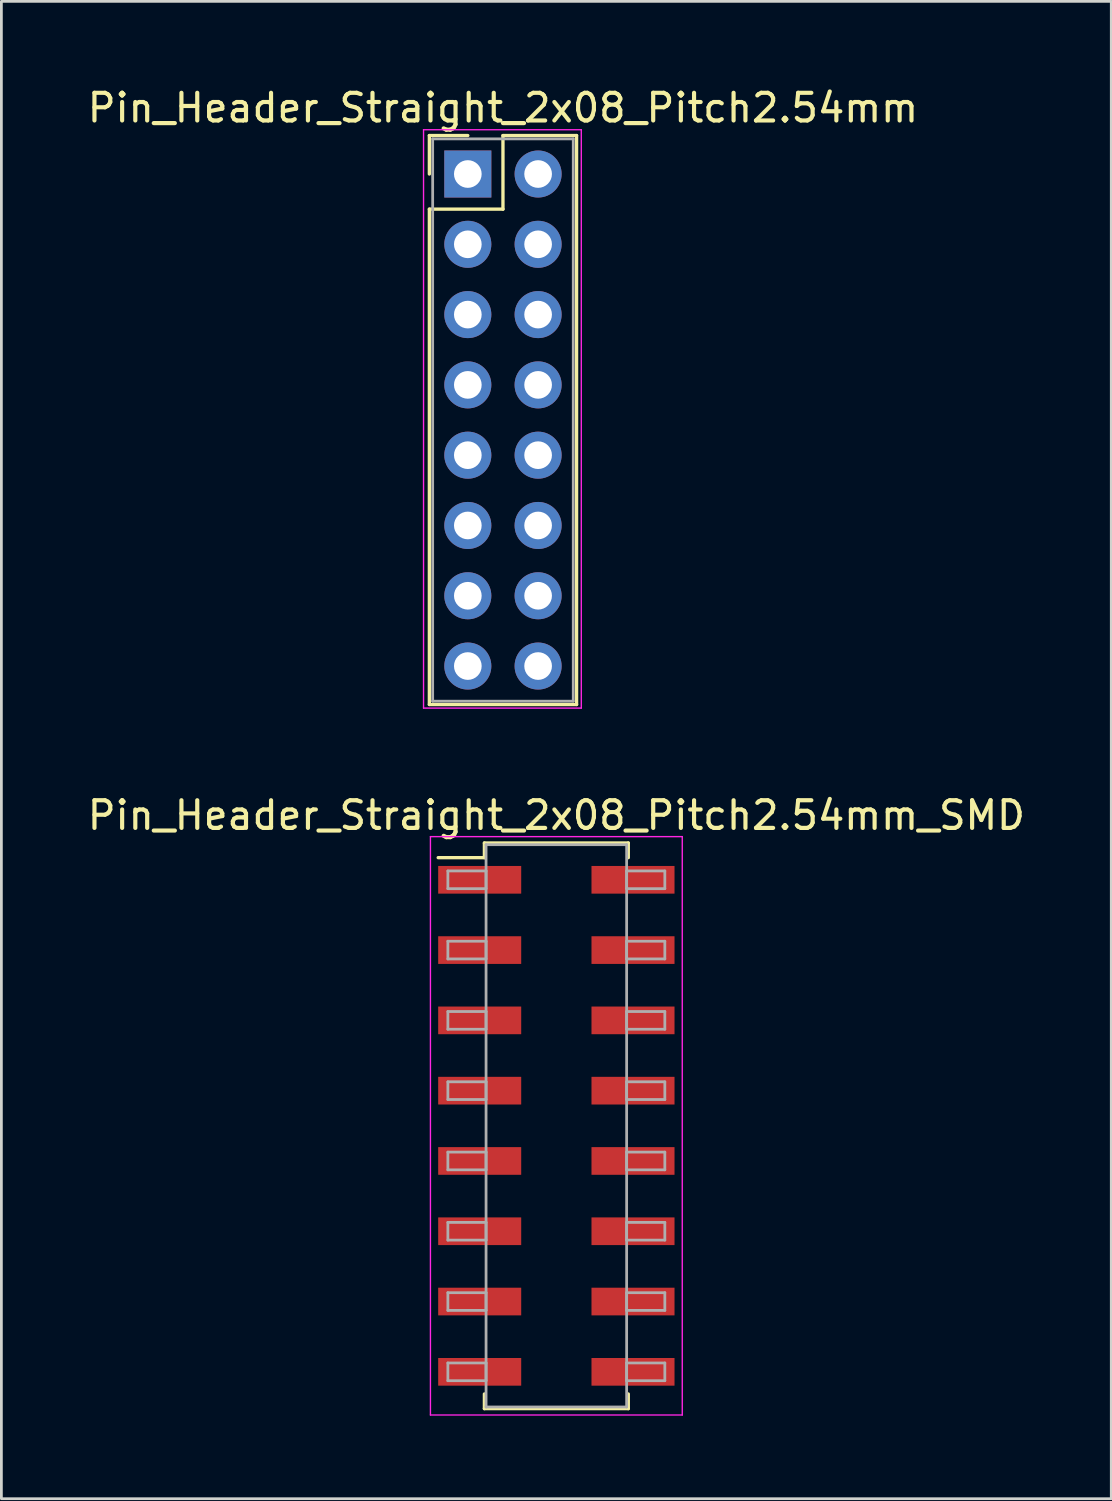
<source format=kicad_pcb>
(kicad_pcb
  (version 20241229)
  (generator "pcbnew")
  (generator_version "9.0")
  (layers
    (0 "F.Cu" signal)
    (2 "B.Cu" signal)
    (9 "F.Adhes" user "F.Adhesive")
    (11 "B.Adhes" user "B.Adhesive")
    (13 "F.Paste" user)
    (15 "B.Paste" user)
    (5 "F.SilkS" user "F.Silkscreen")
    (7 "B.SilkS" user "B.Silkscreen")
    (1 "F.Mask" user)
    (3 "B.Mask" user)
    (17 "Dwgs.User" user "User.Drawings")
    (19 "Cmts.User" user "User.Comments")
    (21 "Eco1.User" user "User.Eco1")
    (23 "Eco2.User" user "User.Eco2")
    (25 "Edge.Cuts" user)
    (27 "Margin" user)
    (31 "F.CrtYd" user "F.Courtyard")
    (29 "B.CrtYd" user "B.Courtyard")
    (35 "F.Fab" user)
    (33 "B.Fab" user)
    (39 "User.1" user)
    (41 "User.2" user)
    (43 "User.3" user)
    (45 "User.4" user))
  (footprint "Pin_Header_Straight_2x08_Pitch2.54mm_SMD"
    (layer "F.Cu")
    (at 17.054 37.632)
    (property "Reference" "Pin_Header_Straight_2x08_Pitch2.54mm_SMD" (at 0 -11.22 0) (layer "F.SilkS") (effects (font (size 1 1) (thickness 0.15))))
    (attr smd)
    (fp_line (start -4.27 -9.69) (end -2.6 -9.69) (stroke (width 0.12) (type solid)) (layer "F.SilkS"))
    (fp_line (start -2.6 -10.22) (end 2.6 -10.22) (stroke (width 0.12) (type solid)) (layer "F.SilkS"))
    (fp_line (start -2.6 -9.69) (end -2.6 -10.22) (stroke (width 0.12) (type solid)) (layer "F.SilkS"))
    (fp_line (start -2.6 9.69) (end -2.6 10.22) (stroke (width 0.12) (type solid)) (layer "F.SilkS"))
    (fp_line (start -2.6 10.22) (end 2.6 10.22) (stroke (width 0.12) (type solid)) (layer "F.SilkS"))
    (fp_line (start 2.6 -10.22) (end 2.6 -9.69) (stroke (width 0.12) (type solid)) (layer "F.SilkS"))
    (fp_line (start 2.6 10.22) (end 2.6 9.69) (stroke (width 0.12) (type solid)) (layer "F.SilkS"))
    (fp_line (start -4.55 -10.45) (end -4.55 10.45) (stroke (width 0.05) (type solid)) (layer "F.CrtYd"))
    (fp_line (start -4.55 10.45) (end 4.55 10.45) (stroke (width 0.05) (type solid)) (layer "F.CrtYd"))
    (fp_line (start 4.55 -10.45) (end -4.55 -10.45) (stroke (width 0.05) (type solid)) (layer "F.CrtYd"))
    (fp_line (start 4.55 10.45) (end 4.55 -10.45) (stroke (width 0.05) (type solid)) (layer "F.CrtYd"))
    (fp_line (start -3.92 -9.21) (end -2.54 -9.21) (stroke (width 0.1) (type solid)) (layer "F.Fab"))
    (fp_line (start -3.92 -8.57) (end -3.92 -9.21) (stroke (width 0.1) (type solid)) (layer "F.Fab"))
    (fp_line (start -3.92 -6.67) (end -2.54 -6.67) (stroke (width 0.1) (type solid)) (layer "F.Fab"))
    (fp_line (start -3.92 -6.03) (end -3.92 -6.67) (stroke (width 0.1) (type solid)) (layer "F.Fab"))
    (fp_line (start -3.92 -4.13) (end -2.54 -4.13) (stroke (width 0.1) (type solid)) (layer "F.Fab"))
    (fp_line (start -3.92 -3.49) (end -3.92 -4.13) (stroke (width 0.1) (type solid)) (layer "F.Fab"))
    (fp_line (start -3.92 -1.59) (end -2.54 -1.59) (stroke (width 0.1) (type solid)) (layer "F.Fab"))
    (fp_line (start -3.92 -0.95) (end -3.92 -1.59) (stroke (width 0.1) (type solid)) (layer "F.Fab"))
    (fp_line (start -3.92 0.95) (end -2.54 0.95) (stroke (width 0.1) (type solid)) (layer "F.Fab"))
    (fp_line (start -3.92 1.59) (end -3.92 0.95) (stroke (width 0.1) (type solid)) (layer "F.Fab"))
    (fp_line (start -3.92 3.49) (end -2.54 3.49) (stroke (width 0.1) (type solid)) (layer "F.Fab"))
    (fp_line (start -3.92 4.13) (end -3.92 3.49) (stroke (width 0.1) (type solid)) (layer "F.Fab"))
    (fp_line (start -3.92 6.03) (end -2.54 6.03) (stroke (width 0.1) (type solid)) (layer "F.Fab"))
    (fp_line (start -3.92 6.67) (end -3.92 6.03) (stroke (width 0.1) (type solid)) (layer "F.Fab"))
    (fp_line (start -3.92 8.57) (end -2.54 8.57) (stroke (width 0.1) (type solid)) (layer "F.Fab"))
    (fp_line (start -3.92 9.21) (end -3.92 8.57) (stroke (width 0.1) (type solid)) (layer "F.Fab"))
    (fp_line (start -2.54 -10.16) (end -2.54 10.16) (stroke (width 0.1) (type solid)) (layer "F.Fab"))
    (fp_line (start -2.54 -9.21) (end -2.54 -8.57) (stroke (width 0.1) (type solid)) (layer "F.Fab"))
    (fp_line (start -2.54 -8.57) (end -3.92 -8.57) (stroke (width 0.1) (type solid)) (layer "F.Fab"))
    (fp_line (start -2.54 -6.67) (end -2.54 -6.03) (stroke (width 0.1) (type solid)) (layer "F.Fab"))
    (fp_line (start -2.54 -6.03) (end -3.92 -6.03) (stroke (width 0.1) (type solid)) (layer "F.Fab"))
    (fp_line (start -2.54 -4.13) (end -2.54 -3.49) (stroke (width 0.1) (type solid)) (layer "F.Fab"))
    (fp_line (start -2.54 -3.49) (end -3.92 -3.49) (stroke (width 0.1) (type solid)) (layer "F.Fab"))
    (fp_line (start -2.54 -1.59) (end -2.54 -0.95) (stroke (width 0.1) (type solid)) (layer "F.Fab"))
    (fp_line (start -2.54 -0.95) (end -3.92 -0.95) (stroke (width 0.1) (type solid)) (layer "F.Fab"))
    (fp_line (start -2.54 0.95) (end -2.54 1.59) (stroke (width 0.1) (type solid)) (layer "F.Fab"))
    (fp_line (start -2.54 1.59) (end -3.92 1.59) (stroke (width 0.1) (type solid)) (layer "F.Fab"))
    (fp_line (start -2.54 3.49) (end -2.54 4.13) (stroke (width 0.1) (type solid)) (layer "F.Fab"))
    (fp_line (start -2.54 4.13) (end -3.92 4.13) (stroke (width 0.1) (type solid)) (layer "F.Fab"))
    (fp_line (start -2.54 6.03) (end -2.54 6.67) (stroke (width 0.1) (type solid)) (layer "F.Fab"))
    (fp_line (start -2.54 6.67) (end -3.92 6.67) (stroke (width 0.1) (type solid)) (layer "F.Fab"))
    (fp_line (start -2.54 8.57) (end -2.54 9.21) (stroke (width 0.1) (type solid)) (layer "F.Fab"))
    (fp_line (start -2.54 9.21) (end -3.92 9.21) (stroke (width 0.1) (type solid)) (layer "F.Fab"))
    (fp_line (start -2.54 10.16) (end 2.54 10.16) (stroke (width 0.1) (type solid)) (layer "F.Fab"))
    (fp_line (start 2.54 -10.16) (end -2.54 -10.16) (stroke (width 0.1) (type solid)) (layer "F.Fab"))
    (fp_line (start 2.54 -9.21) (end 2.54 -8.57) (stroke (width 0.1) (type solid)) (layer "F.Fab"))
    (fp_line (start 2.54 -8.57) (end 3.92 -8.57) (stroke (width 0.1) (type solid)) (layer "F.Fab"))
    (fp_line (start 2.54 -6.67) (end 2.54 -6.03) (stroke (width 0.1) (type solid)) (layer "F.Fab"))
    (fp_line (start 2.54 -6.03) (end 3.92 -6.03) (stroke (width 0.1) (type solid)) (layer "F.Fab"))
    (fp_line (start 2.54 -4.13) (end 2.54 -3.49) (stroke (width 0.1) (type solid)) (layer "F.Fab"))
    (fp_line (start 2.54 -3.49) (end 3.92 -3.49) (stroke (width 0.1) (type solid)) (layer "F.Fab"))
    (fp_line (start 2.54 -1.59) (end 2.54 -0.95) (stroke (width 0.1) (type solid)) (layer "F.Fab"))
    (fp_line (start 2.54 -0.95) (end 3.92 -0.95) (stroke (width 0.1) (type solid)) (layer "F.Fab"))
    (fp_line (start 2.54 0.95) (end 2.54 1.59) (stroke (width 0.1) (type solid)) (layer "F.Fab"))
    (fp_line (start 2.54 1.59) (end 3.92 1.59) (stroke (width 0.1) (type solid)) (layer "F.Fab"))
    (fp_line (start 2.54 3.49) (end 2.54 4.13) (stroke (width 0.1) (type solid)) (layer "F.Fab"))
    (fp_line (start 2.54 4.13) (end 3.92 4.13) (stroke (width 0.1) (type solid)) (layer "F.Fab"))
    (fp_line (start 2.54 6.03) (end 2.54 6.67) (stroke (width 0.1) (type solid)) (layer "F.Fab"))
    (fp_line (start 2.54 6.67) (end 3.92 6.67) (stroke (width 0.1) (type solid)) (layer "F.Fab"))
    (fp_line (start 2.54 8.57) (end 2.54 9.21) (stroke (width 0.1) (type solid)) (layer "F.Fab"))
    (fp_line (start 2.54 9.21) (end 3.92 9.21) (stroke (width 0.1) (type solid)) (layer "F.Fab"))
    (fp_line (start 2.54 10.16) (end 2.54 -10.16) (stroke (width 0.1) (type solid)) (layer "F.Fab"))
    (fp_line (start 3.92 -9.21) (end 2.54 -9.21) (stroke (width 0.1) (type solid)) (layer "F.Fab"))
    (fp_line (start 3.92 -8.57) (end 3.92 -9.21) (stroke (width 0.1) (type solid)) (layer "F.Fab"))
    (fp_line (start 3.92 -6.67) (end 2.54 -6.67) (stroke (width 0.1) (type solid)) (layer "F.Fab"))
    (fp_line (start 3.92 -6.03) (end 3.92 -6.67) (stroke (width 0.1) (type solid)) (layer "F.Fab"))
    (fp_line (start 3.92 -4.13) (end 2.54 -4.13) (stroke (width 0.1) (type solid)) (layer "F.Fab"))
    (fp_line (start 3.92 -3.49) (end 3.92 -4.13) (stroke (width 0.1) (type solid)) (layer "F.Fab"))
    (fp_line (start 3.92 -1.59) (end 2.54 -1.59) (stroke (width 0.1) (type solid)) (layer "F.Fab"))
    (fp_line (start 3.92 -0.95) (end 3.92 -1.59) (stroke (width 0.1) (type solid)) (layer "F.Fab"))
    (fp_line (start 3.92 0.95) (end 2.54 0.95) (stroke (width 0.1) (type solid)) (layer "F.Fab"))
    (fp_line (start 3.92 1.59) (end 3.92 0.95) (stroke (width 0.1) (type solid)) (layer "F.Fab"))
    (fp_line (start 3.92 3.49) (end 2.54 3.49) (stroke (width 0.1) (type solid)) (layer "F.Fab"))
    (fp_line (start 3.92 4.13) (end 3.92 3.49) (stroke (width 0.1) (type solid)) (layer "F.Fab"))
    (fp_line (start 3.92 6.03) (end 2.54 6.03) (stroke (width 0.1) (type solid)) (layer "F.Fab"))
    (fp_line (start 3.92 6.67) (end 3.92 6.03) (stroke (width 0.1) (type solid)) (layer "F.Fab"))
    (fp_line (start 3.92 8.57) (end 2.54 8.57) (stroke (width 0.1) (type solid)) (layer "F.Fab"))
    (fp_line (start 3.92 9.21) (end 3.92 8.57) (stroke (width 0.1) (type solid)) (layer "F.Fab"))
    (pad "1" smd rect (at -2.77 -8.89) (size 3 1) (layers "F.Cu" "F.Mask"))
    (pad "2" smd rect (at 2.77 -8.89) (size 3 1) (layers "F.Cu" "F.Mask"))
    (pad "3" smd rect (at -2.77 -6.35) (size 3 1) (layers "F.Cu" "F.Mask"))
    (pad "4" smd rect (at 2.77 -6.35) (size 3 1) (layers "F.Cu" "F.Mask"))
    (pad "5" smd rect (at -2.77 -3.81) (size 3 1) (layers "F.Cu" "F.Mask"))
    (pad "6" smd rect (at 2.77 -3.81) (size 3 1) (layers "F.Cu" "F.Mask"))
    (pad "7" smd rect (at -2.77 -1.27) (size 3 1) (layers "F.Cu" "F.Mask"))
    (pad "8" smd rect (at 2.77 -1.27) (size 3 1) (layers "F.Cu" "F.Mask"))
    (pad "9" smd rect (at -2.77 1.27) (size 3 1) (layers "F.Cu" "F.Mask"))
    (pad "10" smd rect (at 2.77 1.27) (size 3 1) (layers "F.Cu" "F.Mask"))
    (pad "11" smd rect (at -2.77 3.81) (size 3 1) (layers "F.Cu" "F.Mask"))
    (pad "12" smd rect (at 2.77 3.81) (size 3 1) (layers "F.Cu" "F.Mask"))
    (pad "13" smd rect (at -2.77 6.35) (size 3 1) (layers "F.Cu" "F.Mask"))
    (pad "14" smd rect (at 2.77 6.35) (size 3 1) (layers "F.Cu" "F.Mask"))
    (pad "15" smd rect (at -2.77 8.89) (size 3 1) (layers "F.Cu" "F.Mask"))
    (pad "16" smd rect (at 2.77 8.89) (size 3 1) (layers "F.Cu" "F.Mask")))
  (footprint "Pin_Header_Straight_2x08_Pitch2.54mm"
    (layer "F.Cu")
    (at 13.855 3.238)
    (property "Reference" "Pin_Header_Straight_2x08_Pitch2.54mm" (at 1.27 -2.39 0) (layer "F.SilkS") (effects (font (size 1 1) (thickness 0.15))))
    (attr through_hole)
    (fp_line (start -1.39 -1.39) (end 0 -1.39) (stroke (width 0.12) (type solid)) (layer "F.SilkS"))
    (fp_line (start -1.39 0) (end -1.39 -1.39) (stroke (width 0.12) (type solid)) (layer "F.SilkS"))
    (fp_line (start -1.39 1.27) (end -1.39 19.17) (stroke (width 0.12) (type solid)) (layer "F.SilkS"))
    (fp_line (start -1.39 19.17) (end 3.93 19.17) (stroke (width 0.12) (type solid)) (layer "F.SilkS"))
    (fp_line (start 1.27 -1.39) (end 1.27 1.27) (stroke (width 0.12) (type solid)) (layer "F.SilkS"))
    (fp_line (start 1.27 1.27) (end -1.39 1.27) (stroke (width 0.12) (type solid)) (layer "F.SilkS"))
    (fp_line (start 3.93 -1.39) (end 1.27 -1.39) (stroke (width 0.12) (type solid)) (layer "F.SilkS"))
    (fp_line (start 3.93 19.17) (end 3.93 -1.39) (stroke (width 0.12) (type solid)) (layer "F.SilkS"))
    (fp_line (start -1.6 -1.6) (end -1.6 19.3) (stroke (width 0.05) (type solid)) (layer "F.CrtYd"))
    (fp_line (start -1.6 19.3) (end 4.1 19.3) (stroke (width 0.05) (type solid)) (layer "F.CrtYd"))
    (fp_line (start 4.1 -1.6) (end -1.6 -1.6) (stroke (width 0.05) (type solid)) (layer "F.CrtYd"))
    (fp_line (start 4.1 19.3) (end 4.1 -1.6) (stroke (width 0.05) (type solid)) (layer "F.CrtYd"))
    (fp_line (start -1.27 -1.27) (end -1.27 19.05) (stroke (width 0.1) (type solid)) (layer "F.Fab"))
    (fp_line (start -1.27 19.05) (end 3.81 19.05) (stroke (width 0.1) (type solid)) (layer "F.Fab"))
    (fp_line (start 3.81 -1.27) (end -1.27 -1.27) (stroke (width 0.1) (type solid)) (layer "F.Fab"))
    (fp_line (start 3.81 19.05) (end 3.81 -1.27) (stroke (width 0.1) (type solid)) (layer "F.Fab"))
    (pad "1" thru_hole rect (at 0 0) (size 1.7 1.7) (drill 1) (layers "*.Cu" "*.Mask"))
    (pad "2" thru_hole oval (at 2.54 0) (size 1.7 1.7) (drill 1) (layers "*.Cu" "*.Mask"))
    (pad "3" thru_hole oval (at 0 2.54) (size 1.7 1.7) (drill 1) (layers "*.Cu" "*.Mask"))
    (pad "4" thru_hole oval (at 2.54 2.54) (size 1.7 1.7) (drill 1) (layers "*.Cu" "*.Mask"))
    (pad "5" thru_hole oval (at 0 5.08) (size 1.7 1.7) (drill 1) (layers "*.Cu" "*.Mask"))
    (pad "6" thru_hole oval (at 2.54 5.08) (size 1.7 1.7) (drill 1) (layers "*.Cu" "*.Mask"))
    (pad "7" thru_hole oval (at 0 7.62) (size 1.7 1.7) (drill 1) (layers "*.Cu" "*.Mask"))
    (pad "8" thru_hole oval (at 2.54 7.62) (size 1.7 1.7) (drill 1) (layers "*.Cu" "*.Mask"))
    (pad "9" thru_hole oval (at 0 10.16) (size 1.7 1.7) (drill 1) (layers "*.Cu" "*.Mask"))
    (pad "10" thru_hole oval (at 2.54 10.16) (size 1.7 1.7) (drill 1) (layers "*.Cu" "*.Mask"))
    (pad "11" thru_hole oval (at 0 12.7) (size 1.7 1.7) (drill 1) (layers "*.Cu" "*.Mask"))
    (pad "12" thru_hole oval (at 2.54 12.7) (size 1.7 1.7) (drill 1) (layers "*.Cu" "*.Mask"))
    (pad "13" thru_hole oval (at 0 15.24) (size 1.7 1.7) (drill 1) (layers "*.Cu" "*.Mask"))
    (pad "14" thru_hole oval (at 2.54 15.24) (size 1.7 1.7) (drill 1) (layers "*.Cu" "*.Mask"))
    (pad "15" thru_hole oval (at 0 17.78) (size 1.7 1.7) (drill 1) (layers "*.Cu" "*.Mask"))
    (pad "16" thru_hole oval (at 2.54 17.78) (size 1.7 1.7) (drill 1) (layers "*.Cu" "*.Mask")))
  (gr_rect
    (start -3 -3)
    (end 37.107 51.106)
    (stroke (width 0.1) (type default))
    (fill no)
    (layer "Edge.Cuts")))
</source>
